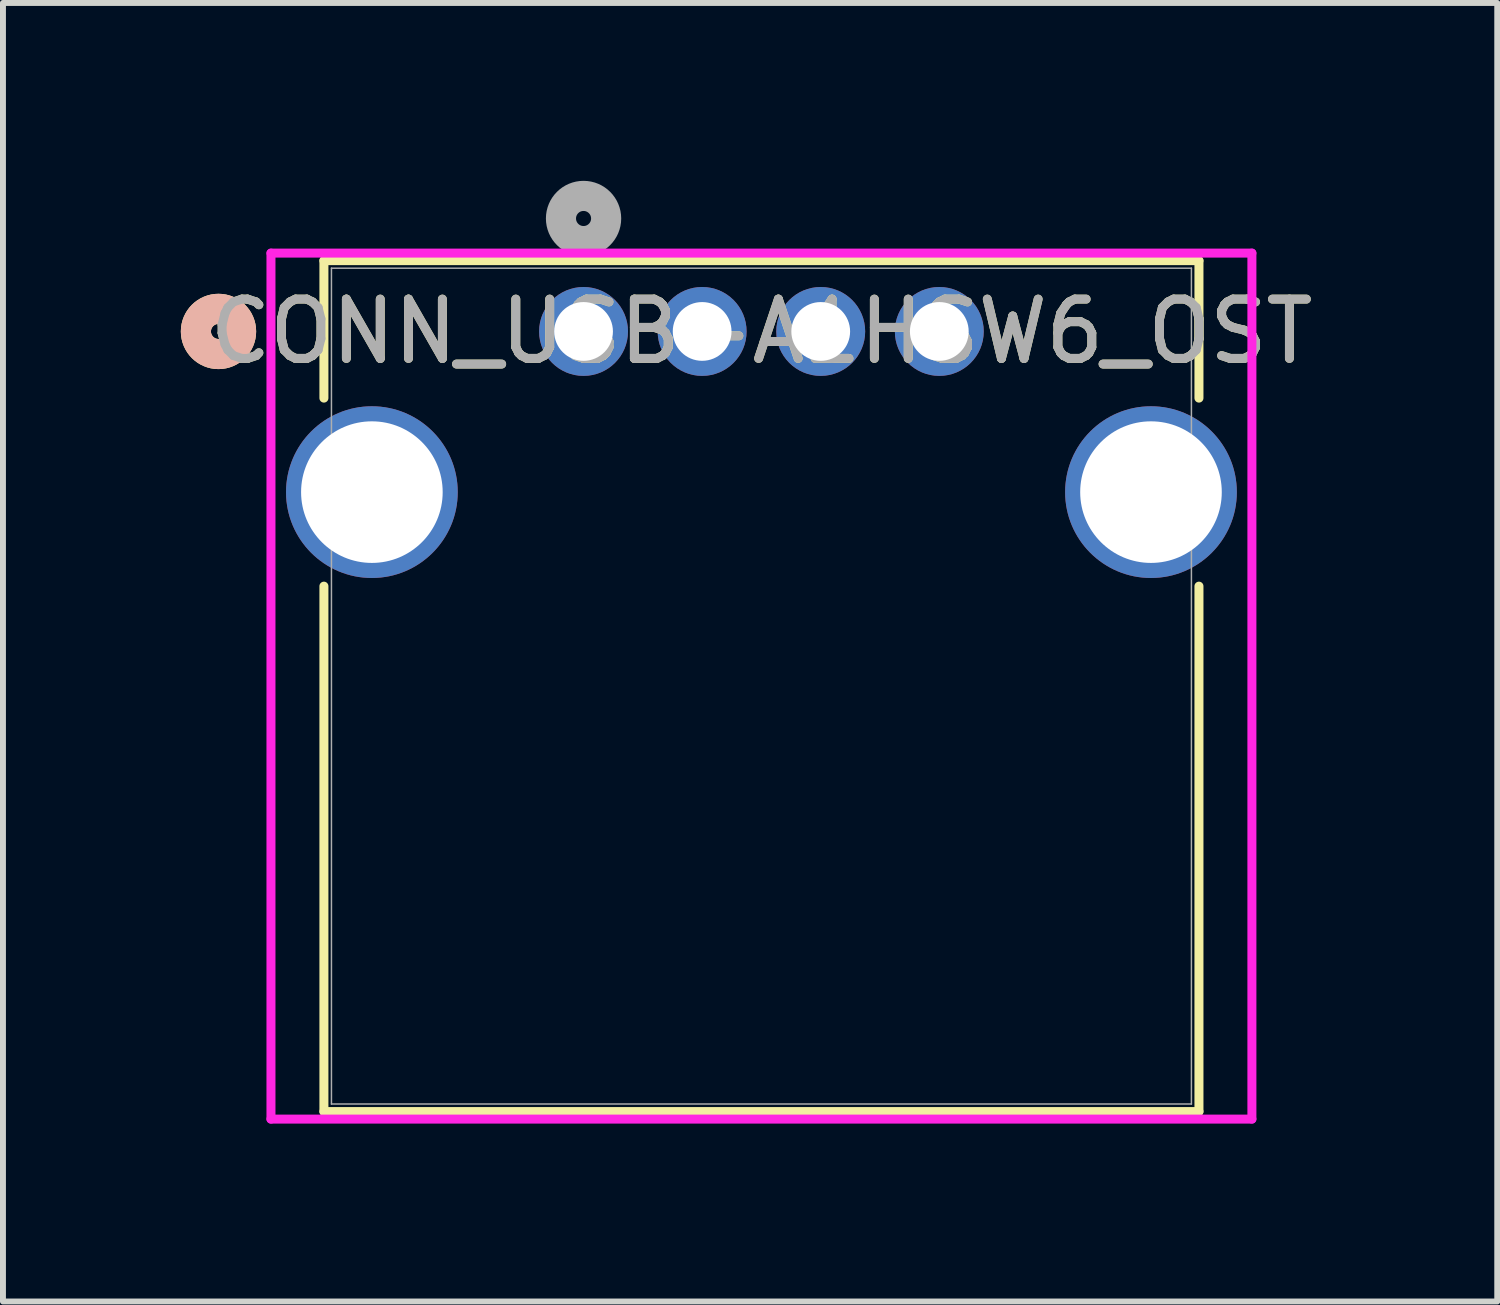
<source format=kicad_pcb>
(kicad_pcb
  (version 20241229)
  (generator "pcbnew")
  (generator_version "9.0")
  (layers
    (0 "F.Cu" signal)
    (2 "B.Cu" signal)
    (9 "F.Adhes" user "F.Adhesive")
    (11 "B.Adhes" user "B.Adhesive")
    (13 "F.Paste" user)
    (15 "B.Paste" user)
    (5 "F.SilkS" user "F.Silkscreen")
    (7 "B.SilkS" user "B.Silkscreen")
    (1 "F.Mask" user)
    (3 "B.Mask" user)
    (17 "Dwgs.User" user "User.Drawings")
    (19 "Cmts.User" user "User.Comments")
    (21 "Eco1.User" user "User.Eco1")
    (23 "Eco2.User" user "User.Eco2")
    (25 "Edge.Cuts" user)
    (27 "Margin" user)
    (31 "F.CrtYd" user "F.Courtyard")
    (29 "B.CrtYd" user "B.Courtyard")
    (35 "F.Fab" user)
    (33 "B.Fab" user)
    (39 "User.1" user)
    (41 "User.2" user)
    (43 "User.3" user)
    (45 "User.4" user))
  (footprint "CONN_USB-A1HSW6_OST"
    (layer "F.Cu")
    (at 6.792 2.54)
    (property "Reference" "CONN_USB-A1HSW6_OST" (at 3 0 0) (unlocked yes) (layer "F.SilkS") (effects (font (size 1 1) (thickness 0.15))))
    (attr through_hole)
    (fp_line (start -4.379 -1.194) (end -4.379 1.124) (stroke (width 0.152) (type solid)) (layer "F.SilkS"))
    (fp_line (start -4.379 4.296) (end -4.379 13.157) (stroke (width 0.152) (type solid)) (layer "F.SilkS"))
    (fp_line (start -4.379 13.157) (end 10.379 13.157) (stroke (width 0.152) (type solid)) (layer "F.SilkS"))
    (fp_line (start 10.379 -1.194) (end -4.379 -1.194) (stroke (width 0.152) (type solid)) (layer "F.SilkS"))
    (fp_line (start 10.379 1.124) (end 10.379 -1.194) (stroke (width 0.152) (type solid)) (layer "F.SilkS"))
    (fp_line (start 10.379 13.157) (end 10.379 4.296) (stroke (width 0.152) (type solid)) (layer "F.SilkS"))
    (fp_circle (center -6.157 0) (end -5.776 0) (stroke (width 0.508) (type solid)) (fill no) (layer "F.SilkS"))
    (fp_circle (center -6.157 0) (end -5.776 0) (stroke (width 0.508) (type solid)) (fill no) (layer "B.SilkS"))
    (fp_line (start -5.272 -1.321) (end -5.272 13.284) (stroke (width 0.152) (type solid)) (layer "F.CrtYd"))
    (fp_line (start -5.272 13.284) (end 11.272 13.284) (stroke (width 0.152) (type solid)) (layer "F.CrtYd"))
    (fp_line (start 11.272 -1.321) (end -5.272 -1.321) (stroke (width 0.152) (type solid)) (layer "F.CrtYd"))
    (fp_line (start 11.272 13.284) (end 11.272 -1.321) (stroke (width 0.152) (type solid)) (layer "F.CrtYd"))
    (fp_line (start -4.252 -1.067) (end -4.252 13.03) (stroke (width 0.025) (type solid)) (layer "F.Fab"))
    (fp_line (start -4.252 13.03) (end 10.252 13.03) (stroke (width 0.025) (type solid)) (layer "F.Fab"))
    (fp_line (start 10.252 -1.067) (end -4.252 -1.067) (stroke (width 0.025) (type solid)) (layer "F.Fab"))
    (fp_line (start 10.252 13.03) (end 10.252 -1.067) (stroke (width 0.025) (type solid)) (layer "F.Fab"))
    (fp_circle (center 0 -1.905) (end 0.381 -1.905) (stroke (width 0.508) (type solid)) (fill no) (layer "F.Fab"))
    (fp_text user "${REFERENCE}" (at 3 0 0) (unlocked yes) (layer "F.Fab") (effects (font (size 1 1) (thickness 0.15))))
    (pad "1" thru_hole circle (at 0 0) (size 1.499 1.499) (drill 0.991) (layers "*.Cu" "*.Mask"))
    (pad "2" thru_hole circle (at 2 0) (size 1.499 1.499) (drill 0.991) (layers "*.Cu" "*.Mask"))
    (pad "3" thru_hole circle (at 4 0) (size 1.499 1.499) (drill 0.991) (layers "*.Cu" "*.Mask"))
    (pad "4" thru_hole circle (at 6 0) (size 1.499 1.499) (drill 0.991) (layers "*.Cu" "*.Mask"))
    (pad "5" thru_hole circle (at -3.57 2.71) (size 2.896 2.896) (drill 2.388) (layers "*.Cu" "*.Mask"))
    (pad "6" thru_hole circle (at 9.57 2.71) (size 2.896 2.896) (drill 2.388) (layers "*.Cu" "*.Mask")))
  (gr_rect
    (start -3 -3)
    (end 22.202 18.9)
    (stroke (width 0.1) (type default))
    (fill no)
    (layer "Edge.Cuts")))
</source>
